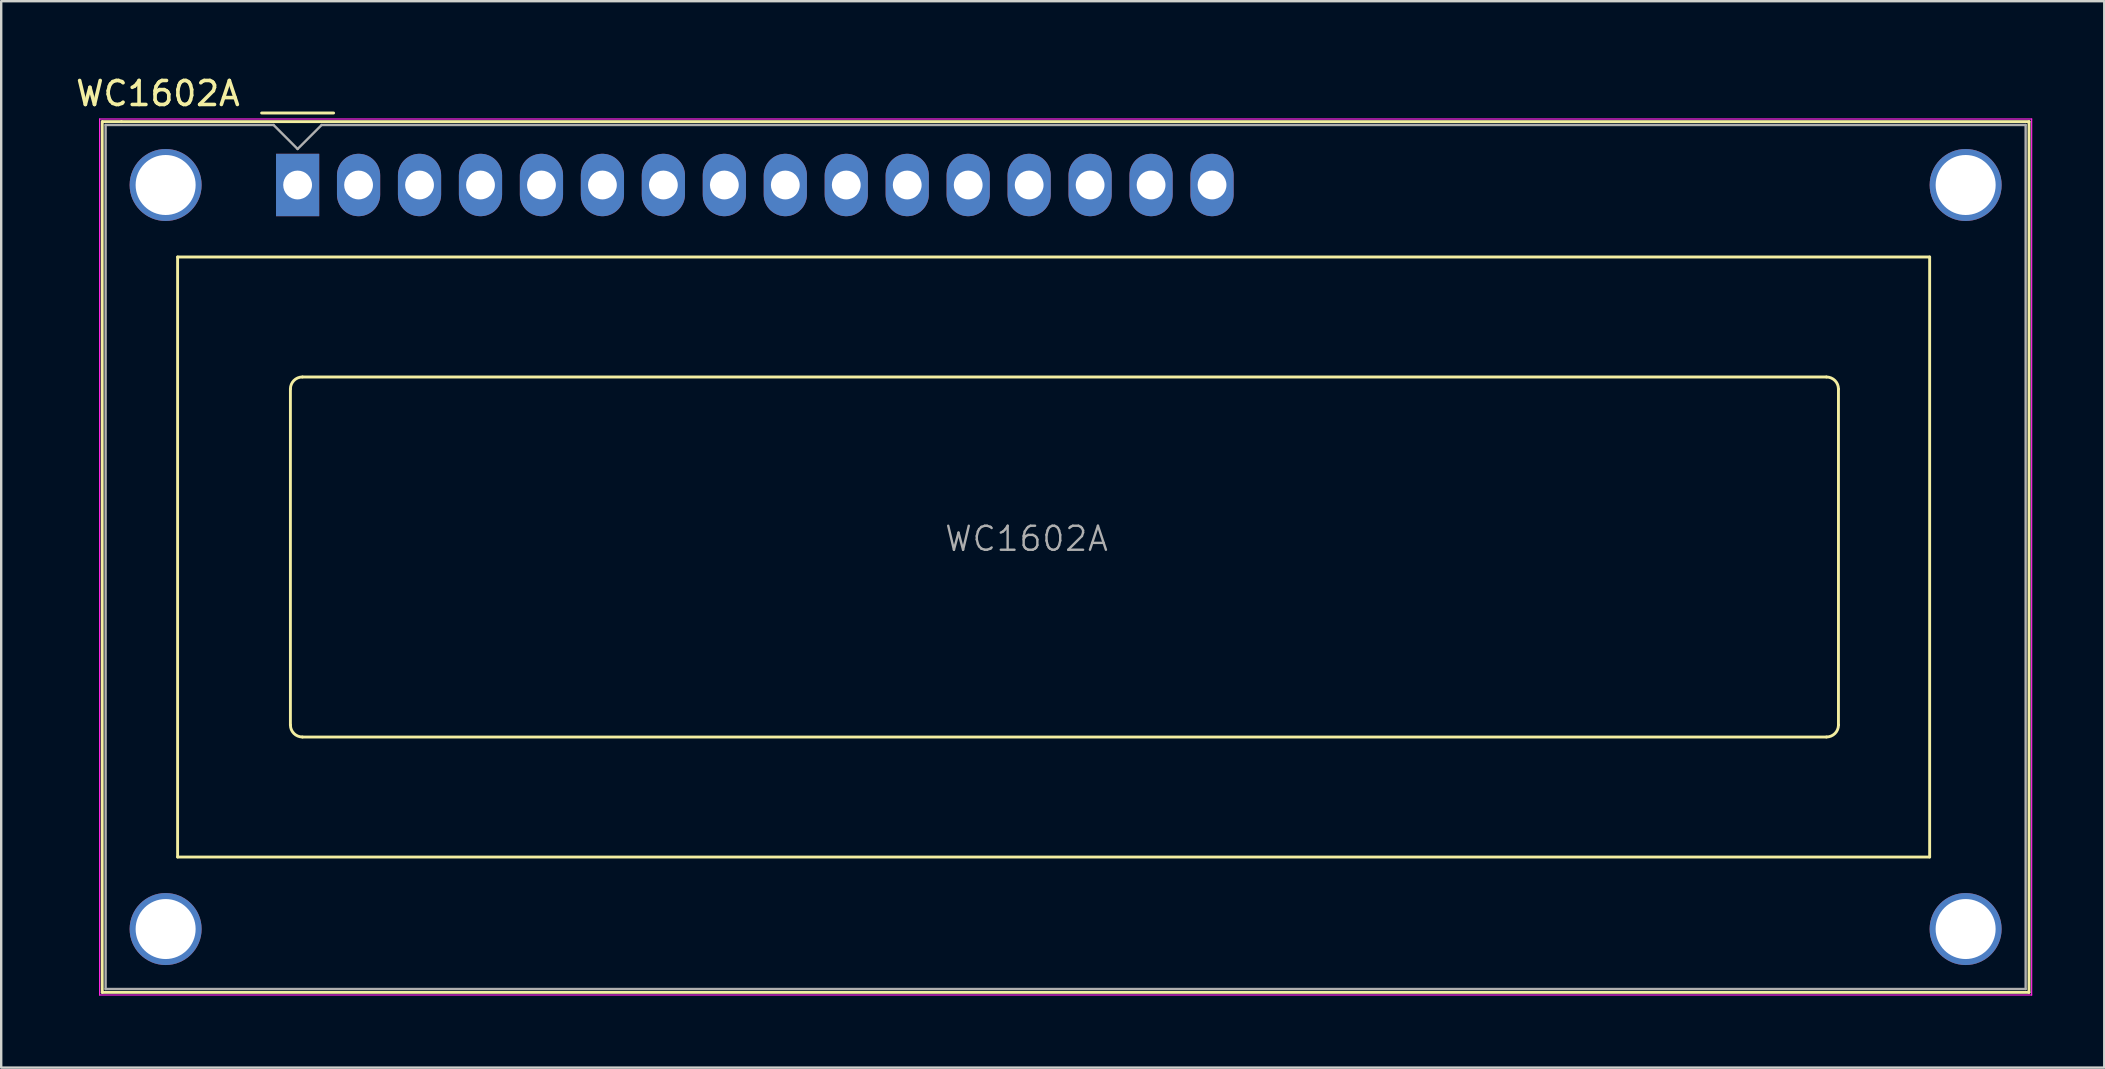
<source format=kicad_pcb>
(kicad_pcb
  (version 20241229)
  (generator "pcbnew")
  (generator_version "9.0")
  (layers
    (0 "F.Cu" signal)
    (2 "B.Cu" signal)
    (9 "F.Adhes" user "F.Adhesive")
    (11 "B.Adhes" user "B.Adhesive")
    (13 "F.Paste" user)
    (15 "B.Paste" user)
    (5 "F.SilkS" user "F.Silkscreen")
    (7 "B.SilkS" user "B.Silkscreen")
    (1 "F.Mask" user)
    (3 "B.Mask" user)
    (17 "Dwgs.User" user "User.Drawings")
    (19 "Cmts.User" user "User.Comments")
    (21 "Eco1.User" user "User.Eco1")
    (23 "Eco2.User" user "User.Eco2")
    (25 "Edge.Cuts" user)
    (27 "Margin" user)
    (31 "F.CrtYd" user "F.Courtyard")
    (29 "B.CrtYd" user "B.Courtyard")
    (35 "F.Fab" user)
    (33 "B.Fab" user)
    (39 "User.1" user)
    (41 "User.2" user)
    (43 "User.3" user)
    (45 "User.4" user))
  (footprint "WC1602A"
    (layer "F.Cu")
    (at 9.35 4.658)
    (property "Reference" "WC1602A" (at -5.82 -3.81 0) (layer "F.SilkS") (effects (font (size 1 1) (thickness 0.15))))
    (attr through_hole)
    (fp_line (start -8.14 -2.64) (end -8.14 33.64) (stroke (width 0.12) (type solid)) (layer "F.SilkS"))
    (fp_line (start -8.14 33.64) (end 72.14 33.64) (stroke (width 0.12) (type solid)) (layer "F.SilkS"))
    (fp_line (start -8.13 -2.64) (end -7.34 -2.64) (stroke (width 0.12) (type solid)) (layer "F.SilkS"))
    (fp_line (start -5 3) (end 68 3) (stroke (width 0.12) (type solid)) (layer "F.SilkS"))
    (fp_line (start -5 28) (end -5 3) (stroke (width 0.12) (type solid)) (layer "F.SilkS"))
    (fp_line (start -1.5 -3) (end 1.5 -3) (stroke (width 0.12) (type solid)) (layer "F.SilkS"))
    (fp_line (start -0.3 22.499) (end -0.3 8.5) (stroke (width 0.12) (type solid)) (layer "F.SilkS"))
    (fp_line (start 0.2 8) (end 63.7 8) (stroke (width 0.12) (type solid)) (layer "F.SilkS"))
    (fp_line (start 63.701 23) (end 0.2 23) (stroke (width 0.12) (type solid)) (layer "F.SilkS"))
    (fp_line (start 64.2 8.5) (end 64.2 22.5) (stroke (width 0.12) (type solid)) (layer "F.SilkS"))
    (fp_line (start 68 3) (end 68 28) (stroke (width 0.12) (type solid)) (layer "F.SilkS"))
    (fp_line (start 68 28) (end -5 28) (stroke (width 0.12) (type solid)) (layer "F.SilkS"))
    (fp_line (start 72.14 -2.64) (end -7.34 -2.64) (stroke (width 0.12) (type solid)) (layer "F.SilkS"))
    (fp_line (start 72.14 33.64) (end 72.14 -2.64) (stroke (width 0.12) (type solid)) (layer "F.SilkS"))
    (fp_arc (start -0.29972 8.49884) (mid -0.153162 8.145018) (end 0.20066 7.99846) (stroke (width 0.12) (type solid)) (layer "F.SilkS"))
    (fp_arc (start 0.20066 22.9997) (mid -0.153162 22.853142) (end -0.29972 22.49932) (stroke (width 0.12) (type solid)) (layer "F.SilkS"))
    (fp_arc (start 63.7 8) (mid 64.053553 8.146447) (end 64.2 8.5) (stroke (width 0.12) (type solid)) (layer "F.SilkS"))
    (fp_arc (start 64.20104 22.49932) (mid 64.054482 22.853142) (end 63.70066 22.9997) (stroke (width 0.12) (type solid)) (layer "F.SilkS"))
    (fp_line (start -8.25 -2.75) (end -8.25 33.75) (stroke (width 0.05) (type solid)) (layer "F.CrtYd"))
    (fp_line (start -8.25 -2.75) (end 72.25 -2.75) (stroke (width 0.05) (type solid)) (layer "F.CrtYd"))
    (fp_line (start -8.25 33.75) (end 72.25 33.75) (stroke (width 0.05) (type solid)) (layer "F.CrtYd"))
    (fp_line (start 72.25 -2.75) (end 72.25 33.75) (stroke (width 0.05) (type solid)) (layer "F.CrtYd"))
    (fp_line (start -8 33.5) (end -8 -2.5) (stroke (width 0.1) (type solid)) (layer "F.Fab"))
    (fp_line (start -1 -2.5) (end -8 -2.5) (stroke (width 0.1) (type solid)) (layer "F.Fab"))
    (fp_line (start 0 -1.5) (end -1 -2.5) (stroke (width 0.1) (type solid)) (layer "F.Fab"))
    (fp_line (start 1 -2.5) (end 0 -1.5) (stroke (width 0.1) (type solid)) (layer "F.Fab"))
    (fp_line (start 1 -2.5) (end 72 -2.5) (stroke (width 0.1) (type solid)) (layer "F.Fab"))
    (fp_line (start 72 -2.5) (end 72 33.5) (stroke (width 0.1) (type solid)) (layer "F.Fab"))
    (fp_line (start 72 33.5) (end -8 33.5) (stroke (width 0.1) (type solid)) (layer "F.Fab"))
    (fp_text user "${REFERENCE}" (at 30.37 14.74 0) (layer "F.Fab") (effects (font (size 1 1) (thickness 0.1))))
    (pad "" thru_hole circle (at -5.499 0) (size 3 3) (drill 2.5) (layers "*.Cu" "*.Mask"))
    (pad "" thru_hole circle (at -5.499 31.001) (size 3 3) (drill 2.5) (layers "*.Cu" "*.Mask"))
    (pad "" thru_hole circle (at 69.499 31.001) (size 3 3) (drill 2.5) (layers "*.Cu" "*.Mask"))
    (pad "" thru_hole circle (at 69.5 0) (size 3 3) (drill 2.5) (layers "*.Cu" "*.Mask"))
    (pad "1" thru_hole rect (at 0 0) (size 1.8 2.6) (drill 1.2) (layers "*.Cu" "*.Mask"))
    (pad "2" thru_hole oval (at 2.54 0) (size 1.8 2.6) (drill 1.2) (layers "*.Cu" "*.Mask"))
    (pad "3" thru_hole oval (at 5.08 0) (size 1.8 2.6) (drill 1.2) (layers "*.Cu" "*.Mask"))
    (pad "4" thru_hole oval (at 7.62 0) (size 1.8 2.6) (drill 1.2) (layers "*.Cu" "*.Mask"))
    (pad "5" thru_hole oval (at 10.16 0) (size 1.8 2.6) (drill 1.2) (layers "*.Cu" "*.Mask"))
    (pad "6" thru_hole oval (at 12.7 0) (size 1.8 2.6) (drill 1.2) (layers "*.Cu" "*.Mask"))
    (pad "7" thru_hole oval (at 15.24 0) (size 1.8 2.6) (drill 1.2) (layers "*.Cu" "*.Mask"))
    (pad "8" thru_hole oval (at 17.78 0) (size 1.8 2.6) (drill 1.2) (layers "*.Cu" "*.Mask"))
    (pad "9" thru_hole oval (at 20.32 0) (size 1.8 2.6) (drill 1.2) (layers "*.Cu" "*.Mask"))
    (pad "10" thru_hole oval (at 22.86 0) (size 1.8 2.6) (drill 1.2) (layers "*.Cu" "*.Mask"))
    (pad "11" thru_hole oval (at 25.4 0) (size 1.8 2.6) (drill 1.2) (layers "*.Cu" "*.Mask"))
    (pad "12" thru_hole oval (at 27.94 0) (size 1.8 2.6) (drill 1.2) (layers "*.Cu" "*.Mask"))
    (pad "13" thru_hole oval (at 30.48 0) (size 1.8 2.6) (drill 1.2) (layers "*.Cu" "*.Mask"))
    (pad "14" thru_hole oval (at 33.02 0) (size 1.8 2.6) (drill 1.2) (layers "*.Cu" "*.Mask"))
    (pad "15" thru_hole oval (at 35.56 0) (size 1.8 2.6) (drill 1.2) (layers "*.Cu" "*.Mask"))
    (pad "16" thru_hole oval (at 38.1 0) (size 1.8 2.6) (drill 1.2) (layers "*.Cu" "*.Mask")))
  (gr_rect
    (start -3 -3)
    (end 84.625 41.433)
    (stroke (width 0.1) (type default))
    (fill no)
    (layer "Edge.Cuts")))
</source>
